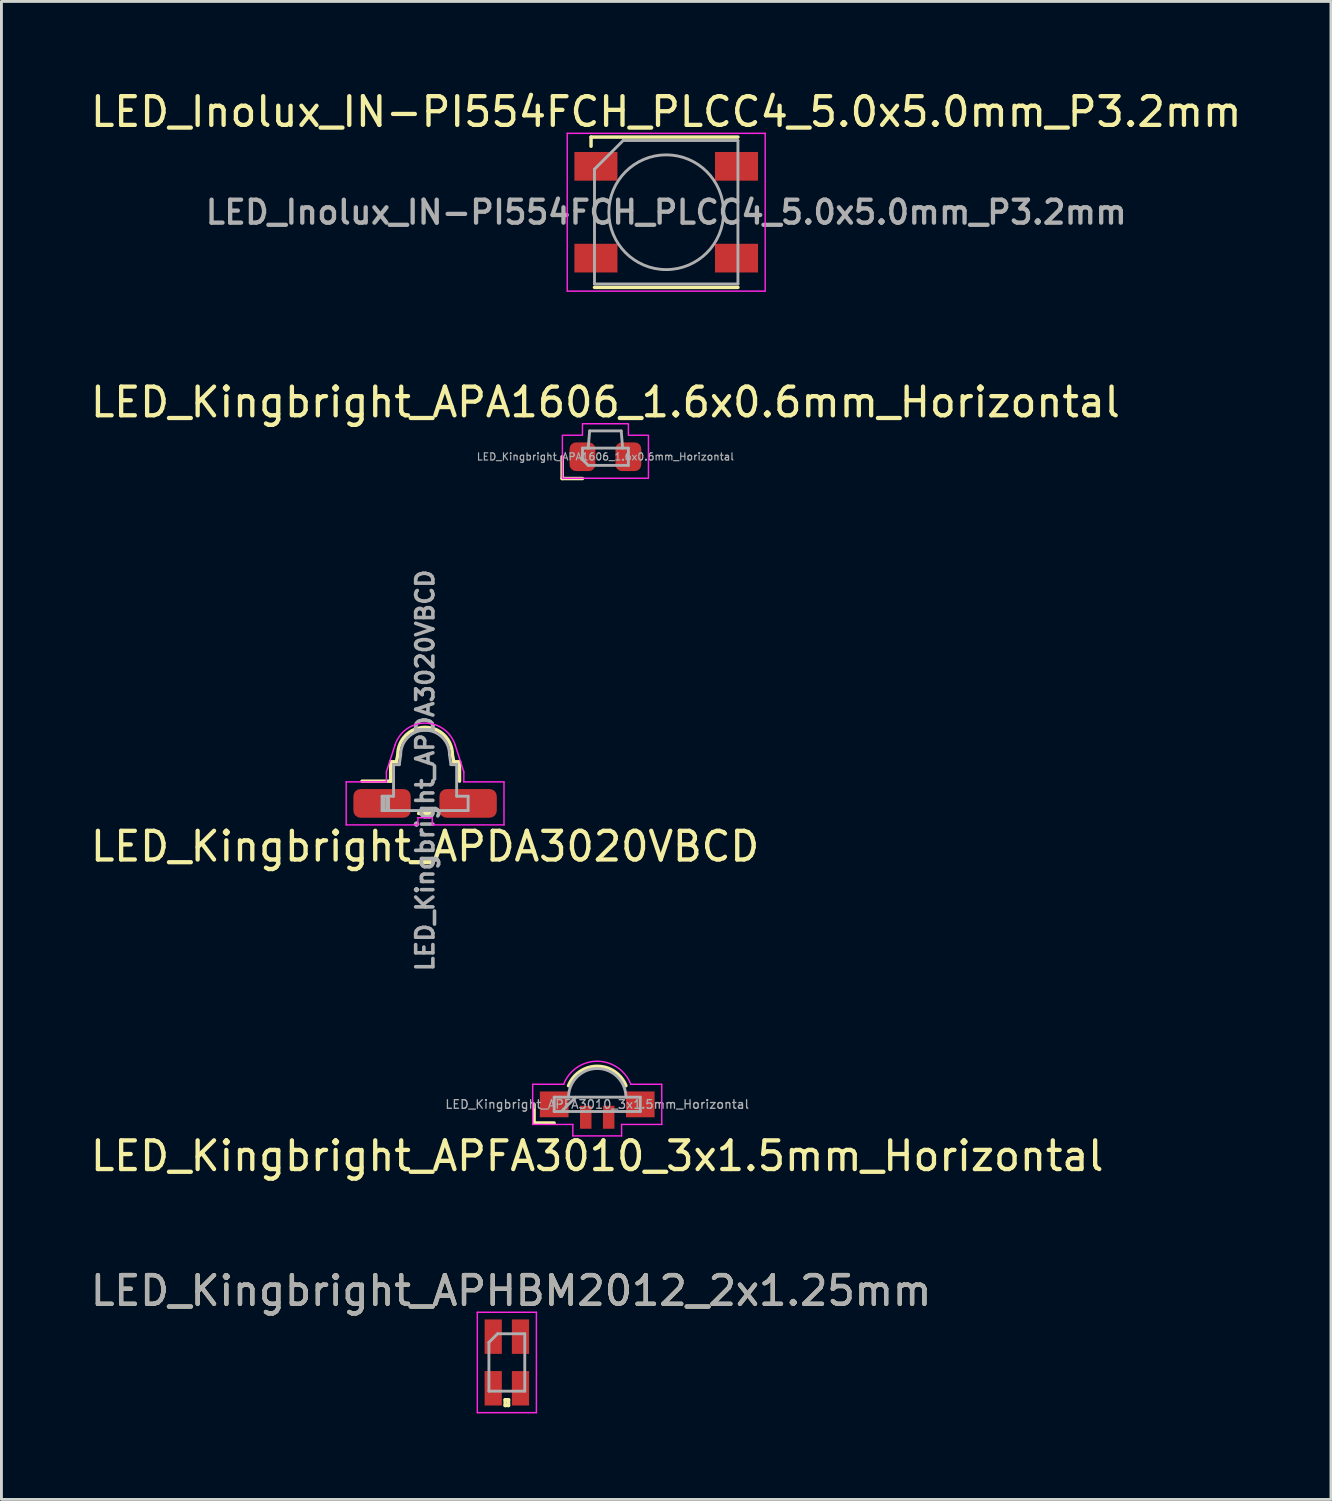
<source format=kicad_pcb>
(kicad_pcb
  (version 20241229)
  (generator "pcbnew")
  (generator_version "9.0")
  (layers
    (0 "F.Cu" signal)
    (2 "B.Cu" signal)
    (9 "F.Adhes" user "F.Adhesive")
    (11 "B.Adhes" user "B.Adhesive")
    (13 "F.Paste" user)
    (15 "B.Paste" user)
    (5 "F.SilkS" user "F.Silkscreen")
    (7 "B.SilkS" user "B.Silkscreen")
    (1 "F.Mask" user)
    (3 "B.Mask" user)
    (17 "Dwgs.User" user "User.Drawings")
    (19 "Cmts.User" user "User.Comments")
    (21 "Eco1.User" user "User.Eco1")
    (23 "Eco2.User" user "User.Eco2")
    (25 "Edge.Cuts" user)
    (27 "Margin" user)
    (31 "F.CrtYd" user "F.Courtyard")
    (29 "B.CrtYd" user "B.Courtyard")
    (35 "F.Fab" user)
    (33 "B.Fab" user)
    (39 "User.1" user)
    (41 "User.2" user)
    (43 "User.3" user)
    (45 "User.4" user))
  (footprint "LED_Kingbright_APDA3020VBCD"
    (layer "F.Cu")
    (at 11.768 24.955)
    (property "Reference" "LED_Kingbright_APDA3020VBCD" (at 0 1.5 0) (unlocked yes) (layer "F.SilkS") (effects (font (size 1 1) (thickness 0.15))))
    (attr smd)
    (fp_line (start -1.2 -0.775) (end -2.2 -0.775) (stroke (width 0.12) (type solid)) (layer "F.SilkS"))
    (fp_line (start -1.2 -0.775) (end -1.2 -1.45) (stroke (width 0.12) (type solid)) (layer "F.SilkS"))
    (fp_line (start -1 -1.45) (end -1.2 -1.45) (stroke (width 0.12) (type solid)) (layer "F.SilkS"))
    (fp_line (start -1 -1.45) (end -0.95 -1.7) (stroke (width 0.12) (type solid)) (layer "F.SilkS"))
    (fp_line (start -0.225 0.35) (end 0.225 0.35) (stroke (width 0.12) (type solid)) (layer "F.SilkS"))
    (fp_line (start 0.95 -1.7) (end 1 -1.45) (stroke (width 0.12) (type solid)) (layer "F.SilkS"))
    (fp_line (start 1.2 -1.45) (end 1 -1.45) (stroke (width 0.12) (type solid)) (layer "F.SilkS"))
    (fp_line (start 1.2 -0.775) (end 1.2 -1.45) (stroke (width 0.12) (type solid)) (layer "F.SilkS"))
    (fp_arc (start -0.95 -1.7) (mid 0 -2.65) (end 0.95 -1.7) (stroke (width 0.12) (type solid)) (layer "F.SilkS"))
    (fp_line (start -2.75 -0.75) (end -2.75 0.75) (stroke (width 0.05) (type solid)) (layer "F.CrtYd"))
    (fp_line (start -2.75 0.75) (end -0.25 0.75) (stroke (width 0.05) (type solid)) (layer "F.CrtYd"))
    (fp_line (start -1.35 -1.1) (end -1.05 -2.03) (stroke (width 0.05) (type solid)) (layer "F.CrtYd"))
    (fp_line (start -1.35 -0.75) (end -2.75 -0.75) (stroke (width 0.05) (type solid)) (layer "F.CrtYd"))
    (fp_line (start -1.35 -0.75) (end -1.35 -1.1) (stroke (width 0.05) (type solid)) (layer "F.CrtYd"))
    (fp_line (start -0.25 0.5) (end 0.25 0.5) (stroke (width 0.05) (type solid)) (layer "F.CrtYd"))
    (fp_line (start -0.25 0.75) (end -0.25 0.5) (stroke (width 0.05) (type solid)) (layer "F.CrtYd"))
    (fp_line (start 0.25 0.75) (end 0.25 0.5) (stroke (width 0.05) (type solid)) (layer "F.CrtYd"))
    (fp_line (start 1.35 -1.1) (end 1.05 -2.03) (stroke (width 0.05) (type solid)) (layer "F.CrtYd"))
    (fp_line (start 1.35 -0.75) (end 1.35 -1.1) (stroke (width 0.05) (type solid)) (layer "F.CrtYd"))
    (fp_line (start 1.35 -0.75) (end 2.75 -0.75) (stroke (width 0.05) (type solid)) (layer "F.CrtYd"))
    (fp_line (start 2.75 -0.75) (end 2.75 0.75) (stroke (width 0.05) (type solid)) (layer "F.CrtYd"))
    (fp_line (start 2.75 0.75) (end 0.25 0.75) (stroke (width 0.05) (type solid)) (layer "F.CrtYd"))
    (fp_arc (start -1.05 -2.03) (mid 0 -2.8) (end 1.05 -2.03) (stroke (width 0.05) (type solid)) (layer "F.CrtYd"))
    (fp_line (start -1.5 -0.25) (end -1.1 -0.25) (stroke (width 0.1) (type solid)) (layer "F.Fab"))
    (fp_line (start -1.5 0.25) (end -1.5 -0.25) (stroke (width 0.1) (type solid)) (layer "F.Fab"))
    (fp_line (start -1.425 -0.25) (end -1.425 0.25) (stroke (width 0.1) (type solid)) (layer "F.Fab"))
    (fp_line (start -1.325 -0.25) (end -1.325 0.25) (stroke (width 0.1) (type solid)) (layer "F.Fab"))
    (fp_line (start -1.275 -0.25) (end -1.275 0.25) (stroke (width 0.1) (type solid)) (layer "F.Fab"))
    (fp_line (start -1.1 -1.35) (end -0.9 -1.35) (stroke (width 0.1) (type solid)) (layer "F.Fab"))
    (fp_line (start -1.1 -0.25) (end -1.1 -1.35) (stroke (width 0.1) (type solid)) (layer "F.Fab"))
    (fp_line (start -0.9 -1.35) (end -0.85 -1.7) (stroke (width 0.1) (type solid)) (layer "F.Fab"))
    (fp_line (start 0.9 -1.35) (end 0.85 -1.7) (stroke (width 0.1) (type solid)) (layer "F.Fab"))
    (fp_line (start 0.9 -1.35) (end 1.1 -1.35) (stroke (width 0.1) (type solid)) (layer "F.Fab"))
    (fp_line (start 1.1 -1.35) (end 1.1 -0.25) (stroke (width 0.1) (type solid)) (layer "F.Fab"))
    (fp_line (start 1.1 -0.25) (end 1.5 -0.25) (stroke (width 0.1) (type solid)) (layer "F.Fab"))
    (fp_line (start 1.5 -0.25) (end 1.5 0.25) (stroke (width 0.1) (type solid)) (layer "F.Fab"))
    (fp_line (start 1.5 0.25) (end -1.5 0.25) (stroke (width 0.1) (type solid)) (layer "F.Fab"))
    (fp_arc (start -0.85 -1.7) (mid 0 -2.55) (end 0.85 -1.7) (stroke (width 0.1) (type solid)) (layer "F.Fab"))
    (fp_text user "${REFERENCE}" (at 0 -1.15 90) (unlocked yes) (layer "F.Fab") (effects (font (size 0.6 0.6) (thickness 0.125))))
    (pad "1" smd roundrect (at -1.5 0) (size 2 1) (layers "F.Cu" "F.Mask" "F.Paste") (roundrect_rratio 0.25))
    (pad "2" smd roundrect (at 1.5 0) (size 2 1) (layers "F.Cu" "F.Mask" "F.Paste") (roundrect_rratio 0.25)))
  (footprint "LED_Kingbright_APHBM2012_2x1.25mm"
    (layer "F.Cu")
    (at 14.618 44.443)
    (property "Reference" "LED_Kingbright_APHBM2012_2x1.25mm" (at 0.15 -2.5 180) (layer "F.SilkS") (effects (font (size 1 1) (thickness 0.15))))
    (attr smd)
    (fp_line (start -0.06 1.3) (end -0.06 1.5) (stroke (width 0.12) (type solid)) (layer "F.SilkS"))
    (fp_line (start -0.06 1.5) (end 0.06 1.5) (stroke (width 0.12) (type solid)) (layer "F.SilkS"))
    (fp_line (start 0.06 1.3) (end -0.06 1.3) (stroke (width 0.12) (type solid)) (layer "F.SilkS"))
    (fp_line (start 0.06 1.5) (end 0.06 1.3) (stroke (width 0.12) (type solid)) (layer "F.SilkS"))
    (fp_line (start -1.03 -1.75) (end 1.03 -1.75) (stroke (width 0.05) (type solid)) (layer "F.CrtYd"))
    (fp_line (start -1.03 1.75) (end -1.03 -1.75) (stroke (width 0.05) (type solid)) (layer "F.CrtYd"))
    (fp_line (start 1.03 -1.75) (end 1.03 1.75) (stroke (width 0.05) (type solid)) (layer "F.CrtYd"))
    (fp_line (start 1.03 1.75) (end -1.03 1.75) (stroke (width 0.05) (type solid)) (layer "F.CrtYd"))
    (fp_line (start -0.625 -0.7) (end -0.625 1) (stroke (width 0.1) (type solid)) (layer "F.Fab"))
    (fp_line (start -0.625 -0.7) (end -0.325 -1) (stroke (width 0.1) (type solid)) (layer "F.Fab"))
    (fp_line (start -0.625 1) (end 0.625 1) (stroke (width 0.1) (type solid)) (layer "F.Fab"))
    (fp_line (start 0.625 -1) (end -0.325 -1) (stroke (width 0.1) (type solid)) (layer "F.Fab"))
    (fp_line (start 0.625 1) (end 0.625 -1) (stroke (width 0.1) (type solid)) (layer "F.Fab"))
    (fp_text user "${REFERENCE}" (at 0.15 -2.5 180) (layer "F.Fab") (effects (font (size 1 1) (thickness 0.15))))
    (pad "1" smd rect (at -0.475 -0.9 90) (size 1.2 0.6) (layers "F.Cu" "F.Mask" "F.Paste"))
    (pad "2" smd rect (at -0.475 0.9 90) (size 1.2 0.6) (layers "F.Cu" "F.Mask" "F.Paste"))
    (pad "3" smd rect (at 0.475 0.9 90) (size 1.2 0.6) (layers "F.Cu" "F.Mask" "F.Paste"))
    (pad "4" smd rect (at 0.475 -0.9 90) (size 1.2 0.6) (layers "F.Cu" "F.Mask" "F.Paste")))
  (footprint "LED_Kingbright_APA1606_1.6x0.6mm_Horizontal"
    (layer "F.Cu")
    (at 18.054 12.871)
    (property "Reference" "LED_Kingbright_APA1606_1.6x0.6mm_Horizontal" (at 0 -1.9 0) (layer "F.SilkS") (effects (font (size 1 1) (thickness 0.15))))
    (attr smd)
    (fp_line (start -1.51 0) (end -1.51 0.76) (stroke (width 0.12) (type default)) (layer "F.SilkS"))
    (fp_line (start -1.51 0.76) (end -0.8 0.76) (stroke (width 0.12) (type default)) (layer "F.SilkS"))
    (fp_poly (pts (xy -0.8 -1.15) (xy 0.8 -1.15) (xy 0.8 -0.75) (xy 1.5 -0.75) (xy 1.5 0.75) (xy -1.5 0.75) (xy -1.5 -0.75) (xy -0.8 -0.75)) (stroke (width 0.05) (type solid)) (fill no) (layer "F.CrtYd"))
    (fp_line (start -0.8 -0.3) (end 0.8 -0.3) (stroke (width 0.1) (type default)) (layer "F.Fab"))
    (fp_line (start -0.8 0.1) (end -0.8 -0.3) (stroke (width 0.1) (type default)) (layer "F.Fab"))
    (fp_line (start -0.6 -0.3) (end -0.55 -0.9) (stroke (width 0.1) (type default)) (layer "F.Fab"))
    (fp_line (start -0.6 0.3) (end -0.8 0.1) (stroke (width 0.1) (type default)) (layer "F.Fab"))
    (fp_line (start -0.55 -0.9) (end 0.55 -0.9) (stroke (width 0.1) (type default)) (layer "F.Fab"))
    (fp_line (start 0.6 -0.3) (end 0.55 -0.9) (stroke (width 0.1) (type default)) (layer "F.Fab"))
    (fp_line (start 0.8 -0.3) (end 0.8 0.3) (stroke (width 0.1) (type default)) (layer "F.Fab"))
    (fp_line (start 0.8 0.3) (end -0.6 0.3) (stroke (width 0.1) (type default)) (layer "F.Fab"))
    (fp_text user "${REFERENCE}" (at 0 0 0) (layer "F.Fab") (effects (font (size 0.25 0.25) (thickness 0.04))))
    (pad "1" smd roundrect (at -0.8 0) (size 0.9 1) (layers "F.Cu" "F.Mask" "F.Paste") (roundrect_rratio 0.25))
    (pad "2" smd roundrect (at 0.8 0) (size 0.9 1) (layers "F.Cu" "F.Mask" "F.Paste") (roundrect_rratio 0.25)))
  (footprint "LED_Kingbright_APFA3010_3x1.5mm_Horizontal"
    (layer "F.Cu")
    (at 17.768 35.446)
    (property "Reference" "LED_Kingbright_APFA3010_3x1.5mm_Horizontal" (at 0 1.8 0) (layer "F.SilkS") (effects (font (size 1 1) (thickness 0.15))))
    (attr smd)
    (fp_line (start -2.2 0) (end -2.2 0.65) (stroke (width 0.12) (type solid)) (layer "F.SilkS"))
    (fp_line (start -2.2 0.65) (end -1.5 0.65) (stroke (width 0.12) (type solid)) (layer "F.SilkS"))
    (fp_arc (start -1 -0.65) (mid 0 -1.327033) (end 1 -0.65) (stroke (width 0.12) (type solid)) (layer "F.SilkS"))
    (fp_line (start -2.25 -0.7) (end -1.17 -0.7) (stroke (width 0.05) (type solid)) (layer "F.CrtYd"))
    (fp_line (start -2.25 0.7) (end -2.25 -0.7) (stroke (width 0.05) (type solid)) (layer "F.CrtYd"))
    (fp_line (start -2.25 0.7) (end -0.85 0.7) (stroke (width 0.05) (type solid)) (layer "F.CrtYd"))
    (fp_line (start -0.85 0.7) (end -0.85 1.1) (stroke (width 0.05) (type solid)) (layer "F.CrtYd"))
    (fp_line (start -0.85 1.1) (end 0.85 1.1) (stroke (width 0.05) (type solid)) (layer "F.CrtYd"))
    (fp_line (start 0.85 0.7) (end 2.25 0.7) (stroke (width 0.05) (type solid)) (layer "F.CrtYd"))
    (fp_line (start 0.85 1.1) (end 0.85 0.7) (stroke (width 0.05) (type solid)) (layer "F.CrtYd"))
    (fp_line (start 2.25 -0.7) (end 1.17 -0.7) (stroke (width 0.05) (type solid)) (layer "F.CrtYd"))
    (fp_line (start 2.25 0.7) (end 2.25 -0.7) (stroke (width 0.05) (type solid)) (layer "F.CrtYd"))
    (fp_arc (start -1.17 -0.7) (mid 0 -1.503555) (end 1.17 -0.7) (stroke (width 0.05) (type solid)) (layer "F.CrtYd"))
    (fp_line (start -1.5 -0.25) (end -1.5 0.25) (stroke (width 0.1) (type solid)) (layer "F.Fab"))
    (fp_line (start -1.5 0.25) (end 1.5 0.25) (stroke (width 0.1) (type solid)) (layer "F.Fab"))
    (fp_line (start -0.75 -0.25) (end -1.25 0.25) (stroke (width 0.1) (type solid)) (layer "F.Fab"))
    (fp_line (start 1.5 -0.25) (end -1.5 -0.25) (stroke (width 0.1) (type solid)) (layer "F.Fab"))
    (fp_line (start 1.5 0.25) (end 1.5 -0.25) (stroke (width 0.1) (type solid)) (layer "F.Fab"))
    (fp_arc (start -1 -0.25) (mid 0 -1.25) (end 1 -0.25) (stroke (width 0.1) (type solid)) (layer "F.Fab"))
    (fp_text user "${REFERENCE}" (at 0 0 0) (layer "F.Fab") (effects (font (size 0.3 0.3) (thickness 0.045))))
    (pad "1" smd rect (at -1.5 0) (size 1 0.9) (layers "F.Cu" "F.Mask" "F.Paste"))
    (pad "2" smd rect (at 1.5 0) (size 1 0.9) (layers "F.Cu" "F.Mask" "F.Paste"))
    (pad "3" smd rect (at 0.4 0.45) (size 0.4 0.8) (layers "F.Cu" "F.Mask" "F.Paste"))
    (pad "4" smd rect (at -0.4 0.45) (size 0.4 0.8) (layers "F.Cu" "F.Mask" "F.Paste")))
  (footprint "LED_Inolux_IN-PI554FCH_PLCC4_5.0x5.0mm_P3.2mm"
    (layer "F.Cu")
    (at 20.173 4.348)
    (property "Reference" "LED_Inolux_IN-PI554FCH_PLCC4_5.0x5.0mm_P3.2mm" (at 0 -3.5 0) (layer "F.SilkS") (effects (font (size 1 1) (thickness 0.15))))
    (attr smd)
    (fp_line (start -2.62 -2.62) (end 2.5 -2.62) (stroke (width 0.12) (type solid)) (layer "F.SilkS"))
    (fp_line (start -2.62 -2.3) (end -2.62 -2.62) (stroke (width 0.12) (type solid)) (layer "F.SilkS"))
    (fp_line (start -2.5 2.62) (end 2.5 2.62) (stroke (width 0.12) (type solid)) (layer "F.SilkS"))
    (fp_line (start -3.45 -2.75) (end -3.45 2.75) (stroke (width 0.05) (type solid)) (layer "F.CrtYd"))
    (fp_line (start -3.45 2.75) (end 3.45 2.75) (stroke (width 0.05) (type solid)) (layer "F.CrtYd"))
    (fp_line (start 3.45 -2.75) (end -3.45 -2.75) (stroke (width 0.05) (type solid)) (layer "F.CrtYd"))
    (fp_line (start 3.45 2.75) (end 3.45 -2.75) (stroke (width 0.05) (type solid)) (layer "F.CrtYd"))
    (fp_line (start -2.5 -1.5) (end -2.5 2.5) (stroke (width 0.1) (type solid)) (layer "F.Fab"))
    (fp_line (start -2.5 2.5) (end 2.5 2.5) (stroke (width 0.1) (type solid)) (layer "F.Fab"))
    (fp_line (start -1.5 -2.5) (end -2.5 -1.5) (stroke (width 0.1) (type solid)) (layer "F.Fab"))
    (fp_line (start 2.5 -2.5) (end -1.5 -2.5) (stroke (width 0.1) (type solid)) (layer "F.Fab"))
    (fp_line (start 2.5 2.5) (end 2.5 -2.5) (stroke (width 0.1) (type solid)) (layer "F.Fab"))
    (fp_circle (center 0 0) (end 0 -2) (stroke (width 0.1) (type solid)) (fill no) (layer "F.Fab"))
    (fp_text user "${REFERENCE}" (at 0 0 0) (layer "F.Fab") (effects (font (size 0.8 0.8) (thickness 0.15))))
    (pad "1" smd rect (at -2.45 -1.6) (size 1.5 1) (layers "F.Cu" "F.Mask" "F.Paste"))
    (pad "2" smd rect (at -2.45 1.6) (size 1.5 1) (layers "F.Cu" "F.Mask" "F.Paste"))
    (pad "3" smd rect (at 2.45 1.6) (size 1.5 1) (layers "F.Cu" "F.Mask" "F.Paste"))
    (pad "4" smd rect (at 2.45 -1.6) (size 1.5 1) (layers "F.Cu" "F.Mask" "F.Paste")))
  (gr_rect
    (start -3 -3)
    (end 43.345 49.218)
    (stroke (width 0.1) (type default))
    (fill no)
    (layer "Edge.Cuts")))
</source>
